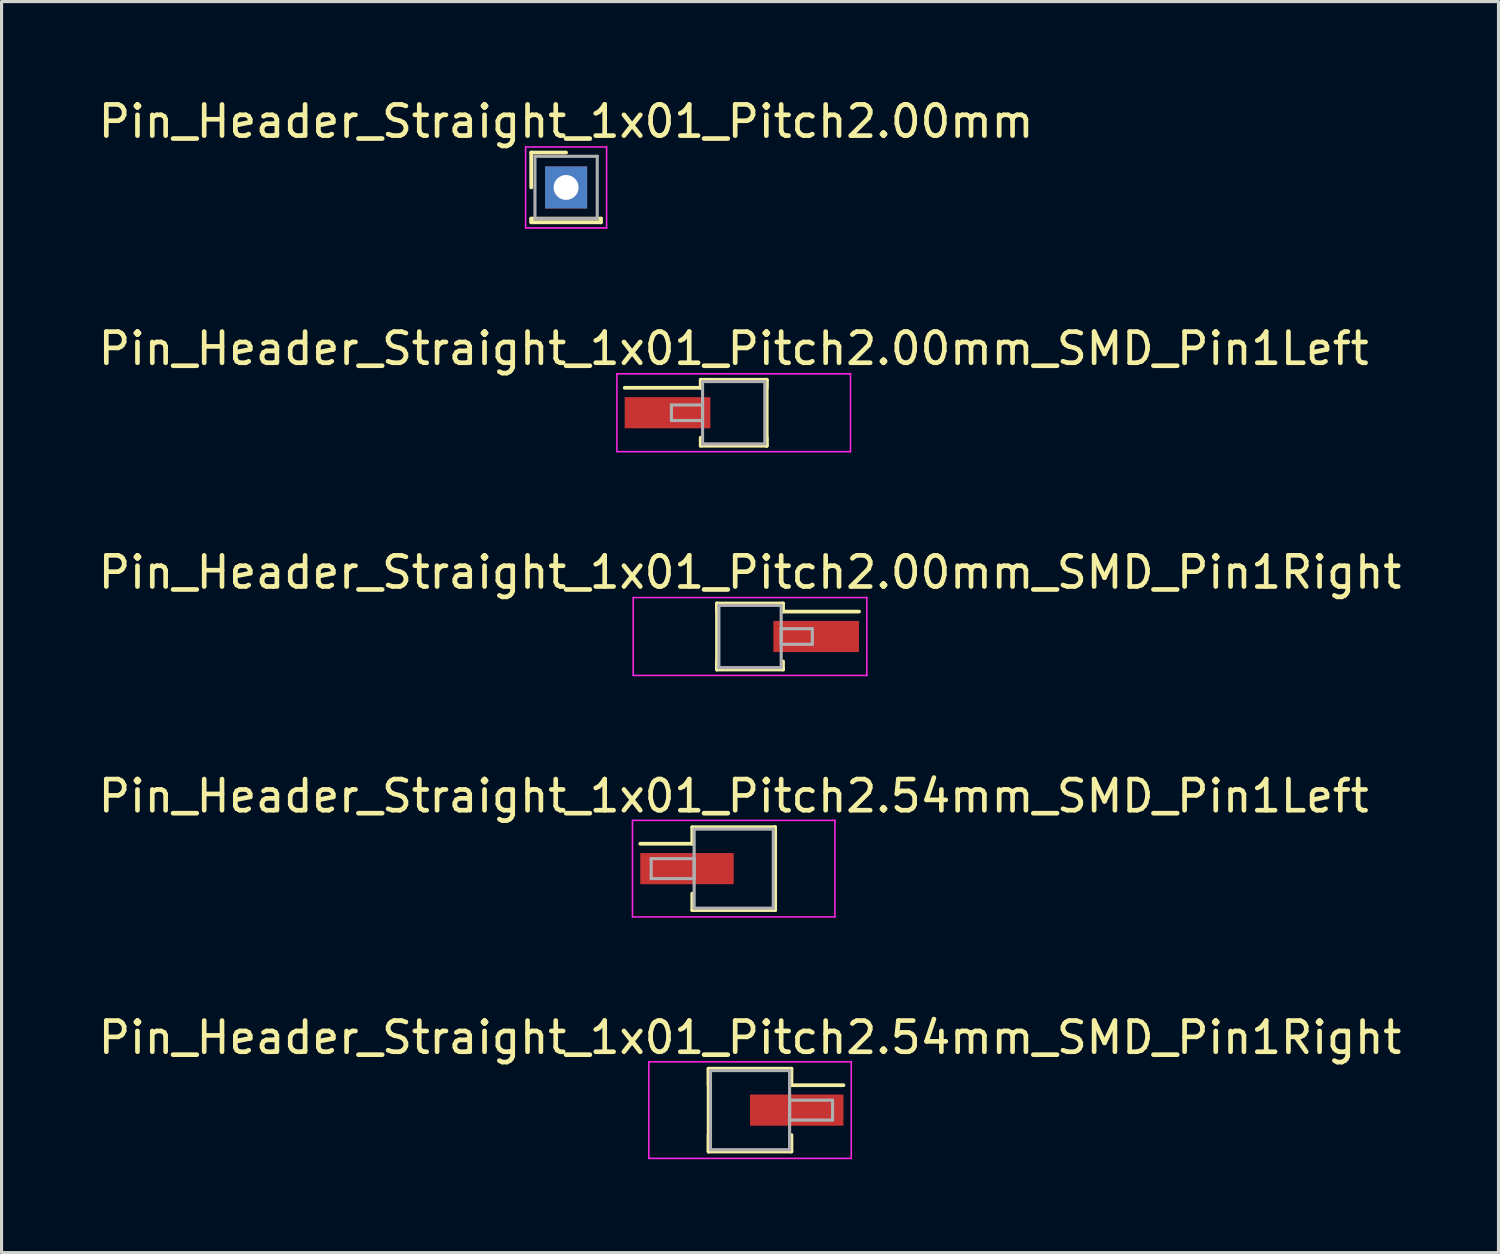
<source format=kicad_pcb>
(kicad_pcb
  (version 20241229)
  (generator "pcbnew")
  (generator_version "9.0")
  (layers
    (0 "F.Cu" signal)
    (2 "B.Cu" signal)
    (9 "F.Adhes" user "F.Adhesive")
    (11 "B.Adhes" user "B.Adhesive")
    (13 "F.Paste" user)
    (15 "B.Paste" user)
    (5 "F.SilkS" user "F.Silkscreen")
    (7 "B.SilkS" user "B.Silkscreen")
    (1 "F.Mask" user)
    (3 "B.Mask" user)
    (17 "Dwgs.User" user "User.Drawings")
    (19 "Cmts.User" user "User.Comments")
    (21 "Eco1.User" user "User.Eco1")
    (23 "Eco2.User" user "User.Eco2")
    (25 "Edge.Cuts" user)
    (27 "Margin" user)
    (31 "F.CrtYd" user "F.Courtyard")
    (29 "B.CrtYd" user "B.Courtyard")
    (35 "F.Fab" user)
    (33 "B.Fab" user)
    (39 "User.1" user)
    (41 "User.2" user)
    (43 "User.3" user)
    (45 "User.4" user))
  (footprint "Pin_Header_Straight_1x01_Pitch2.00mm_SMD_Pin1Right"
    (layer "F.Cu")
    (at 21.03 17.385)
    (property "Reference" "Pin_Header_Straight_1x01_Pitch2.00mm_SMD_Pin1Right" (at 0 -2.06 0) (layer "F.SilkS") (effects (font (size 1 1) (thickness 0.15))))
    (attr smd)
    (fp_line (start -1.06 -1.06) (end -1.06 1.06) (stroke (width 0.12) (type solid)) (layer "F.SilkS"))
    (fp_line (start -1.06 -1.06) (end 1.06 -1.06) (stroke (width 0.12) (type solid)) (layer "F.SilkS"))
    (fp_line (start -1.06 -0.8) (end -1.06 -1.06) (stroke (width 0.12) (type solid)) (layer "F.SilkS"))
    (fp_line (start -1.06 0.8) (end -1.06 1.06) (stroke (width 0.12) (type solid)) (layer "F.SilkS"))
    (fp_line (start -1.06 1.06) (end 1.06 1.06) (stroke (width 0.12) (type solid)) (layer "F.SilkS"))
    (fp_line (start 1.06 -1.06) (end 1.06 -0.8) (stroke (width 0.12) (type solid)) (layer "F.SilkS"))
    (fp_line (start 1.06 -0.8) (end 3.5 -0.8) (stroke (width 0.12) (type solid)) (layer "F.SilkS"))
    (fp_line (start 1.06 1.06) (end 1.06 0.8) (stroke (width 0.12) (type solid)) (layer "F.SilkS"))
    (fp_line (start -3.75 -1.25) (end -3.75 1.25) (stroke (width 0.05) (type solid)) (layer "F.CrtYd"))
    (fp_line (start -3.75 1.25) (end 3.75 1.25) (stroke (width 0.05) (type solid)) (layer "F.CrtYd"))
    (fp_line (start 3.75 -1.25) (end -3.75 -1.25) (stroke (width 0.05) (type solid)) (layer "F.CrtYd"))
    (fp_line (start 3.75 1.25) (end 3.75 -1.25) (stroke (width 0.05) (type solid)) (layer "F.CrtYd"))
    (fp_line (start -1 -1) (end -1 1) (stroke (width 0.1) (type solid)) (layer "F.Fab"))
    (fp_line (start -1 1) (end 1 1) (stroke (width 0.1) (type solid)) (layer "F.Fab"))
    (fp_line (start 1 -1) (end -1 -1) (stroke (width 0.1) (type solid)) (layer "F.Fab"))
    (fp_line (start 1 -0.25) (end 1 0.25) (stroke (width 0.1) (type solid)) (layer "F.Fab"))
    (fp_line (start 1 0.25) (end 2 0.25) (stroke (width 0.1) (type solid)) (layer "F.Fab"))
    (fp_line (start 1 1) (end 1 -1) (stroke (width 0.1) (type solid)) (layer "F.Fab"))
    (fp_line (start 2 -0.25) (end 1 -0.25) (stroke (width 0.1) (type solid)) (layer "F.Fab"))
    (fp_line (start 2 0.25) (end 2 -0.25) (stroke (width 0.1) (type solid)) (layer "F.Fab"))
    (pad "1" smd rect (at 2.125 0) (size 2.75 1) (layers "F.Cu" "F.Mask")))
  (footprint "Pin_Header_Straight_1x01_Pitch2.00mm_SMD_Pin1Left"
    (layer "F.Cu")
    (at 20.506 10.201)
    (property "Reference" "Pin_Header_Straight_1x01_Pitch2.00mm_SMD_Pin1Left" (at 0 -2.06 0) (layer "F.SilkS") (effects (font (size 1 1) (thickness 0.15))))
    (attr smd)
    (fp_line (start -1.06 -1.06) (end 1.06 -1.06) (stroke (width 0.12) (type solid)) (layer "F.SilkS"))
    (fp_line (start -1.06 -0.8) (end -3.5 -0.8) (stroke (width 0.12) (type solid)) (layer "F.SilkS"))
    (fp_line (start -1.06 -0.8) (end -1.06 -1.06) (stroke (width 0.12) (type solid)) (layer "F.SilkS"))
    (fp_line (start -1.06 0.8) (end -1.06 1.06) (stroke (width 0.12) (type solid)) (layer "F.SilkS"))
    (fp_line (start -1.06 1.06) (end 1.06 1.06) (stroke (width 0.12) (type solid)) (layer "F.SilkS"))
    (fp_line (start 1.06 -1.06) (end 1.06 -0.8) (stroke (width 0.12) (type solid)) (layer "F.SilkS"))
    (fp_line (start 1.06 -1.06) (end 1.06 1.06) (stroke (width 0.12) (type solid)) (layer "F.SilkS"))
    (fp_line (start 1.06 1.06) (end 1.06 0.8) (stroke (width 0.12) (type solid)) (layer "F.SilkS"))
    (fp_line (start -3.75 -1.25) (end -3.75 1.25) (stroke (width 0.05) (type solid)) (layer "F.CrtYd"))
    (fp_line (start -3.75 1.25) (end 3.75 1.25) (stroke (width 0.05) (type solid)) (layer "F.CrtYd"))
    (fp_line (start 3.75 -1.25) (end -3.75 -1.25) (stroke (width 0.05) (type solid)) (layer "F.CrtYd"))
    (fp_line (start 3.75 1.25) (end 3.75 -1.25) (stroke (width 0.05) (type solid)) (layer "F.CrtYd"))
    (fp_line (start -2 -0.25) (end -1 -0.25) (stroke (width 0.1) (type solid)) (layer "F.Fab"))
    (fp_line (start -2 0.25) (end -2 -0.25) (stroke (width 0.1) (type solid)) (layer "F.Fab"))
    (fp_line (start -1 -1) (end -1 1) (stroke (width 0.1) (type solid)) (layer "F.Fab"))
    (fp_line (start -1 -0.25) (end -1 0.25) (stroke (width 0.1) (type solid)) (layer "F.Fab"))
    (fp_line (start -1 0.25) (end -2 0.25) (stroke (width 0.1) (type solid)) (layer "F.Fab"))
    (fp_line (start -1 1) (end 1 1) (stroke (width 0.1) (type solid)) (layer "F.Fab"))
    (fp_line (start 1 -1) (end -1 -1) (stroke (width 0.1) (type solid)) (layer "F.Fab"))
    (fp_line (start 1 1) (end 1 -1) (stroke (width 0.1) (type solid)) (layer "F.Fab"))
    (pad "1" smd rect (at -2.125 0) (size 2.75 1) (layers "F.Cu" "F.Mask")))
  (footprint "Pin_Header_Straight_1x01_Pitch2.54mm_SMD_Pin1Right"
    (layer "F.Cu")
    (at 21.03 32.591)
    (property "Reference" "Pin_Header_Straight_1x01_Pitch2.54mm_SMD_Pin1Right" (at 0 -2.33 0) (layer "F.SilkS") (effects (font (size 1 1) (thickness 0.15))))
    (attr smd)
    (fp_line (start -1.33 -1.33) (end -1.33 1.33) (stroke (width 0.12) (type solid)) (layer "F.SilkS"))
    (fp_line (start -1.33 -1.33) (end 1.33 -1.33) (stroke (width 0.12) (type solid)) (layer "F.SilkS"))
    (fp_line (start -1.33 -0.8) (end -1.33 -1.33) (stroke (width 0.12) (type solid)) (layer "F.SilkS"))
    (fp_line (start -1.33 0.8) (end -1.33 1.33) (stroke (width 0.12) (type solid)) (layer "F.SilkS"))
    (fp_line (start -1.33 1.33) (end 1.33 1.33) (stroke (width 0.12) (type solid)) (layer "F.SilkS"))
    (fp_line (start 1.33 -1.33) (end 1.33 -0.8) (stroke (width 0.12) (type solid)) (layer "F.SilkS"))
    (fp_line (start 1.33 -0.8) (end 3 -0.8) (stroke (width 0.12) (type solid)) (layer "F.SilkS"))
    (fp_line (start 1.33 1.33) (end 1.33 0.8) (stroke (width 0.12) (type solid)) (layer "F.SilkS"))
    (fp_line (start -3.25 -1.55) (end -3.25 1.55) (stroke (width 0.05) (type solid)) (layer "F.CrtYd"))
    (fp_line (start -3.25 1.55) (end 3.25 1.55) (stroke (width 0.05) (type solid)) (layer "F.CrtYd"))
    (fp_line (start 3.25 -1.55) (end -3.25 -1.55) (stroke (width 0.05) (type solid)) (layer "F.CrtYd"))
    (fp_line (start 3.25 1.55) (end 3.25 -1.55) (stroke (width 0.05) (type solid)) (layer "F.CrtYd"))
    (fp_line (start -1.27 -1.27) (end -1.27 1.27) (stroke (width 0.1) (type solid)) (layer "F.Fab"))
    (fp_line (start -1.27 1.27) (end 1.27 1.27) (stroke (width 0.1) (type solid)) (layer "F.Fab"))
    (fp_line (start 1.27 -1.27) (end -1.27 -1.27) (stroke (width 0.1) (type solid)) (layer "F.Fab"))
    (fp_line (start 1.27 -0.32) (end 1.27 0.32) (stroke (width 0.1) (type solid)) (layer "F.Fab"))
    (fp_line (start 1.27 0.32) (end 2.65 0.32) (stroke (width 0.1) (type solid)) (layer "F.Fab"))
    (fp_line (start 1.27 1.27) (end 1.27 -1.27) (stroke (width 0.1) (type solid)) (layer "F.Fab"))
    (fp_line (start 2.65 -0.32) (end 1.27 -0.32) (stroke (width 0.1) (type solid)) (layer "F.Fab"))
    (fp_line (start 2.65 0.32) (end 2.65 -0.32) (stroke (width 0.1) (type solid)) (layer "F.Fab"))
    (pad "1" smd rect (at 1.5 0) (size 3 1) (layers "F.Cu" "F.Mask")))
  (footprint "Pin_Header_Straight_1x01_Pitch2.54mm_SMD_Pin1Left"
    (layer "F.Cu")
    (at 20.506 24.838)
    (property "Reference" "Pin_Header_Straight_1x01_Pitch2.54mm_SMD_Pin1Left" (at 0 -2.33 0) (layer "F.SilkS") (effects (font (size 1 1) (thickness 0.15))))
    (attr smd)
    (fp_line (start -1.33 -1.33) (end 1.33 -1.33) (stroke (width 0.12) (type solid)) (layer "F.SilkS"))
    (fp_line (start -1.33 -0.8) (end -3 -0.8) (stroke (width 0.12) (type solid)) (layer "F.SilkS"))
    (fp_line (start -1.33 -0.8) (end -1.33 -1.33) (stroke (width 0.12) (type solid)) (layer "F.SilkS"))
    (fp_line (start -1.33 0.8) (end -1.33 1.33) (stroke (width 0.12) (type solid)) (layer "F.SilkS"))
    (fp_line (start -1.33 1.33) (end 1.33 1.33) (stroke (width 0.12) (type solid)) (layer "F.SilkS"))
    (fp_line (start 1.33 -1.33) (end 1.33 -0.8) (stroke (width 0.12) (type solid)) (layer "F.SilkS"))
    (fp_line (start 1.33 -1.33) (end 1.33 1.33) (stroke (width 0.12) (type solid)) (layer "F.SilkS"))
    (fp_line (start 1.33 1.33) (end 1.33 0.8) (stroke (width 0.12) (type solid)) (layer "F.SilkS"))
    (fp_line (start -3.25 -1.55) (end -3.25 1.55) (stroke (width 0.05) (type solid)) (layer "F.CrtYd"))
    (fp_line (start -3.25 1.55) (end 3.25 1.55) (stroke (width 0.05) (type solid)) (layer "F.CrtYd"))
    (fp_line (start 3.25 -1.55) (end -3.25 -1.55) (stroke (width 0.05) (type solid)) (layer "F.CrtYd"))
    (fp_line (start 3.25 1.55) (end 3.25 -1.55) (stroke (width 0.05) (type solid)) (layer "F.CrtYd"))
    (fp_line (start -2.65 -0.32) (end -1.27 -0.32) (stroke (width 0.1) (type solid)) (layer "F.Fab"))
    (fp_line (start -2.65 0.32) (end -2.65 -0.32) (stroke (width 0.1) (type solid)) (layer "F.Fab"))
    (fp_line (start -1.27 -1.27) (end -1.27 1.27) (stroke (width 0.1) (type solid)) (layer "F.Fab"))
    (fp_line (start -1.27 -0.32) (end -1.27 0.32) (stroke (width 0.1) (type solid)) (layer "F.Fab"))
    (fp_line (start -1.27 0.32) (end -2.65 0.32) (stroke (width 0.1) (type solid)) (layer "F.Fab"))
    (fp_line (start -1.27 1.27) (end 1.27 1.27) (stroke (width 0.1) (type solid)) (layer "F.Fab"))
    (fp_line (start 1.27 -1.27) (end -1.27 -1.27) (stroke (width 0.1) (type solid)) (layer "F.Fab"))
    (fp_line (start 1.27 1.27) (end 1.27 -1.27) (stroke (width 0.1) (type solid)) (layer "F.Fab"))
    (pad "1" smd rect (at -1.5 0) (size 3 1) (layers "F.Cu" "F.Mask")))
  (footprint "Pin_Header_Straight_1x01_Pitch2.00mm"
    (layer "F.Cu")
    (at 15.125 2.968)
    (property "Reference" "Pin_Header_Straight_1x01_Pitch2.00mm" (at 0 -2.12 0) (layer "F.SilkS") (effects (font (size 1 1) (thickness 0.15))))
    (attr through_hole)
    (fp_line (start -1.12 -1.12) (end 0 -1.12) (stroke (width 0.12) (type solid)) (layer "F.SilkS"))
    (fp_line (start -1.12 0) (end -1.12 -1.12) (stroke (width 0.12) (type solid)) (layer "F.SilkS"))
    (fp_line (start -1.12 1) (end -1.12 1.12) (stroke (width 0.12) (type solid)) (layer "F.SilkS"))
    (fp_line (start -1.12 1.12) (end 1.12 1.12) (stroke (width 0.12) (type solid)) (layer "F.SilkS"))
    (fp_line (start 1.12 1) (end -1.12 1) (stroke (width 0.12) (type solid)) (layer "F.SilkS"))
    (fp_line (start 1.12 1.12) (end 1.12 1) (stroke (width 0.12) (type solid)) (layer "F.SilkS"))
    (fp_line (start -1.3 -1.3) (end -1.3 1.3) (stroke (width 0.05) (type solid)) (layer "F.CrtYd"))
    (fp_line (start -1.3 1.3) (end 1.3 1.3) (stroke (width 0.05) (type solid)) (layer "F.CrtYd"))
    (fp_line (start 1.3 -1.3) (end -1.3 -1.3) (stroke (width 0.05) (type solid)) (layer "F.CrtYd"))
    (fp_line (start 1.3 1.3) (end 1.3 -1.3) (stroke (width 0.05) (type solid)) (layer "F.CrtYd"))
    (fp_line (start -1 -1) (end -1 1) (stroke (width 0.1) (type solid)) (layer "F.Fab"))
    (fp_line (start -1 1) (end 1 1) (stroke (width 0.1) (type solid)) (layer "F.Fab"))
    (fp_line (start 1 -1) (end -1 -1) (stroke (width 0.1) (type solid)) (layer "F.Fab"))
    (fp_line (start 1 1) (end 1 -1) (stroke (width 0.1) (type solid)) (layer "F.Fab"))
    (pad "1" thru_hole rect (at 0 0) (size 1.35 1.35) (drill 0.8) (layers "*.Cu" "*.Mask")))
  (gr_rect
    (start -3 -3)
    (end 45.06 37.166)
    (stroke (width 0.1) (type default))
    (fill no)
    (layer "Edge.Cuts")))
</source>
